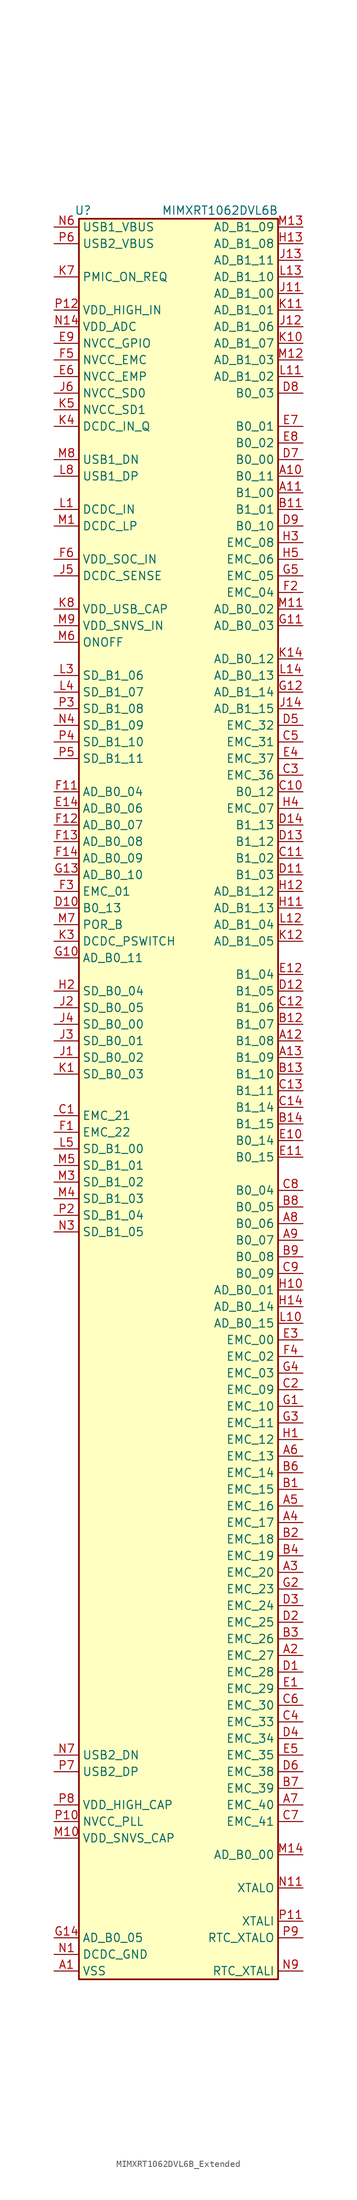
<source format=kicad_sym>
(kicad_symbol_lib
  (version 20231120)
  (generator "kicad_symbol_editor")
  (generator_version "8.0")
  (symbol "MIMXRT1062DVL6B_Extended"
    (property "Reference" "U"
      (at -14.605 135.89 0)
      (effects (font (size 1.27 1.27))))
    (property "Value" "MIMXRT1062DVL6B"
      (at 6.35 135.89 0)
      (effects (font (size 1.27 1.27))))
    (symbol "MIMXRT1062DVL6B_Extended_1_1"
      (rectangle (start -15.24 134.62) (end 15.24 -134.62) (stroke (width 0.254) (type default)) (fill (type background)))
      (pin power_in line (at -19.05 -133.35 0) (length 3.81) (name "VSS" (effects (font (size 1.27 1.27)))) (number "A1" (effects (font (size 1.27 1.27)))))
      (pin bidirectional line (at 19.05 95.25 180) (length 3.81) (name "B0_11" (effects (font (size 1.27 1.27)))) (number "A10" (effects (font (size 1.27 1.27)))))
      (pin bidirectional line (at 19.05 92.71 180) (length 3.81) (name "B1_00" (effects (font (size 1.27 1.27)))) (number "A11" (effects (font (size 1.27 1.27)))))
      (pin bidirectional line (at 19.05 8.89 180) (length 3.81) (name "B1_08" (effects (font (size 1.27 1.27)))) (number "A12" (effects (font (size 1.27 1.27)))))
      (pin bidirectional line (at 19.05 6.35 180) (length 3.81) (name "B1_09" (effects (font (size 1.27 1.27)))) (number "A13" (effects (font (size 1.27 1.27)))))
      (pin power_in line (at -19.05 -133.35 0) (length 3.81) hide (name "VSS" (effects (font (size 1.27 1.27)))) (number "A14" (effects (font (size 1.27 1.27)))))
      (pin bidirectional line (at 19.05 -85.09 180) (length 3.81) (name "EMC_27" (effects (font (size 1.27 1.27)))) (number "A2" (effects (font (size 1.27 1.27)))))
      (pin bidirectional line (at 19.05 -72.39 180) (length 3.81) (name "EMC_20" (effects (font (size 1.27 1.27)))) (number "A3" (effects (font (size 1.27 1.27)))))
      (pin bidirectional line (at 19.05 -64.77 180) (length 3.81) (name "EMC_17" (effects (font (size 1.27 1.27)))) (number "A4" (effects (font (size 1.27 1.27)))))
      (pin bidirectional line (at 19.05 -62.23 180) (length 3.81) (name "EMC_16" (effects (font (size 1.27 1.27)))) (number "A5" (effects (font (size 1.27 1.27)))))
      (pin bidirectional line (at 19.05 -54.61 180) (length 3.81) (name "EMC_13" (effects (font (size 1.27 1.27)))) (number "A6" (effects (font (size 1.27 1.27)))))
      (pin bidirectional line (at 19.05 -107.95 180) (length 3.81) (name "EMC_40" (effects (font (size 1.27 1.27)))) (number "A7" (effects (font (size 1.27 1.27)))))
      (pin bidirectional line (at 19.05 -19.05 180) (length 3.81) (name "B0_06" (effects (font (size 1.27 1.27)))) (number "A8" (effects (font (size 1.27 1.27)))))
      (pin bidirectional line (at 19.05 -21.59 180) (length 3.81) (name "B0_07" (effects (font (size 1.27 1.27)))) (number "A9" (effects (font (size 1.27 1.27)))))
      (pin bidirectional line (at 19.05 -59.69 180) (length 3.81) (name "EMC_15" (effects (font (size 1.27 1.27)))) (number "B1" (effects (font (size 1.27 1.27)))))
      (pin power_in line (at -19.05 -133.35 0) (length 3.81) hide (name "VSS" (effects (font (size 1.27 1.27)))) (number "B10" (effects (font (size 1.27 1.27)))))
      (pin bidirectional line (at 19.05 90.17 180) (length 3.81) (name "B1_01" (effects (font (size 1.27 1.27)))) (number "B11" (effects (font (size 1.27 1.27)))))
      (pin bidirectional line (at 19.05 11.43 180) (length 3.81) (name "B1_07" (effects (font (size 1.27 1.27)))) (number "B12" (effects (font (size 1.27 1.27)))))
      (pin bidirectional line (at 19.05 3.81 180) (length 3.81) (name "B1_10" (effects (font (size 1.27 1.27)))) (number "B13" (effects (font (size 1.27 1.27)))))
      (pin bidirectional line (at 19.05 -3.81 180) (length 3.81) (name "B1_15" (effects (font (size 1.27 1.27)))) (number "B14" (effects (font (size 1.27 1.27)))))
      (pin bidirectional line (at 19.05 -67.31 180) (length 3.81) (name "EMC_18" (effects (font (size 1.27 1.27)))) (number "B2" (effects (font (size 1.27 1.27)))))
      (pin bidirectional line (at 19.05 -82.55 180) (length 3.81) (name "EMC_26" (effects (font (size 1.27 1.27)))) (number "B3" (effects (font (size 1.27 1.27)))))
      (pin bidirectional line (at 19.05 -69.85 180) (length 3.81) (name "EMC_19" (effects (font (size 1.27 1.27)))) (number "B4" (effects (font (size 1.27 1.27)))))
      (pin power_in line (at -19.05 -133.35 0) (length 3.81) hide (name "VSS" (effects (font (size 1.27 1.27)))) (number "B5" (effects (font (size 1.27 1.27)))))
      (pin bidirectional line (at 19.05 -57.15 180) (length 3.81) (name "EMC_14" (effects (font (size 1.27 1.27)))) (number "B6" (effects (font (size 1.27 1.27)))))
      (pin bidirectional line (at 19.05 -105.41 180) (length 3.81) (name "EMC_39" (effects (font (size 1.27 1.27)))) (number "B7" (effects (font (size 1.27 1.27)))))
      (pin bidirectional line (at 19.05 -16.51 180) (length 3.81) (name "B0_05" (effects (font (size 1.27 1.27)))) (number "B8" (effects (font (size 1.27 1.27)))))
      (pin bidirectional line (at 19.05 -24.13 180) (length 3.81) (name "B0_08" (effects (font (size 1.27 1.27)))) (number "B9" (effects (font (size 1.27 1.27)))))
      (pin bidirectional line (at -19.05 -2.54 0) (length 3.81) (name "EMC_21" (effects (font (size 1.27 1.27)))) (number "C1" (effects (font (size 1.27 1.27)))))
      (pin bidirectional line (at 19.05 46.99 180) (length 3.81) (name "B0_12" (effects (font (size 1.27 1.27)))) (number "C10" (effects (font (size 1.27 1.27)))))
      (pin bidirectional line (at 19.05 36.83 180) (length 3.81) (name "B1_02" (effects (font (size 1.27 1.27)))) (number "C11" (effects (font (size 1.27 1.27)))))
      (pin bidirectional line (at 19.05 13.97 180) (length 3.81) (name "B1_06" (effects (font (size 1.27 1.27)))) (number "C12" (effects (font (size 1.27 1.27)))))
      (pin bidirectional line (at 19.05 1.27 180) (length 3.81) (name "B1_11" (effects (font (size 1.27 1.27)))) (number "C13" (effects (font (size 1.27 1.27)))))
      (pin bidirectional line (at 19.05 -1.27 180) (length 3.81) (name "B1_14" (effects (font (size 1.27 1.27)))) (number "C14" (effects (font (size 1.27 1.27)))))
      (pin bidirectional line (at 19.05 -44.45 180) (length 3.81) (name "EMC_09" (effects (font (size 1.27 1.27)))) (number "C2" (effects (font (size 1.27 1.27)))))
      (pin bidirectional line (at 19.05 49.53 180) (length 3.81) (name "EMC_36" (effects (font (size 1.27 1.27)))) (number "C3" (effects (font (size 1.27 1.27)))))
      (pin bidirectional line (at 19.05 -95.25 180) (length 3.81) (name "EMC_33" (effects (font (size 1.27 1.27)))) (number "C4" (effects (font (size 1.27 1.27)))))
      (pin bidirectional line (at 19.05 54.61 180) (length 3.81) (name "EMC_31" (effects (font (size 1.27 1.27)))) (number "C5" (effects (font (size 1.27 1.27)))))
      (pin bidirectional line (at 19.05 -92.71 180) (length 3.81) (name "EMC_30" (effects (font (size 1.27 1.27)))) (number "C6" (effects (font (size 1.27 1.27)))))
      (pin bidirectional line (at 19.05 -110.49 180) (length 3.81) (name "EMC_41" (effects (font (size 1.27 1.27)))) (number "C7" (effects (font (size 1.27 1.27)))))
      (pin bidirectional line (at 19.05 -13.97 180) (length 3.81) (name "B0_04" (effects (font (size 1.27 1.27)))) (number "C8" (effects (font (size 1.27 1.27)))))
      (pin bidirectional line (at 19.05 -26.67 180) (length 3.81) (name "B0_09" (effects (font (size 1.27 1.27)))) (number "C9" (effects (font (size 1.27 1.27)))))
      (pin bidirectional line (at 19.05 -87.63 180) (length 3.81) (name "EMC_28" (effects (font (size 1.27 1.27)))) (number "D1" (effects (font (size 1.27 1.27)))))
      (pin bidirectional line (at -19.05 29.21 0) (length 3.81) (name "B0_13" (effects (font (size 1.27 1.27)))) (number "D10" (effects (font (size 1.27 1.27)))))
      (pin bidirectional line (at 19.05 34.29 180) (length 3.81) (name "B1_03" (effects (font (size 1.27 1.27)))) (number "D11" (effects (font (size 1.27 1.27)))))
      (pin bidirectional line (at 19.05 16.51 180) (length 3.81) (name "B1_05" (effects (font (size 1.27 1.27)))) (number "D12" (effects (font (size 1.27 1.27)))))
      (pin bidirectional line (at 19.05 39.37 180) (length 3.81) (name "B1_12" (effects (font (size 1.27 1.27)))) (number "D13" (effects (font (size 1.27 1.27)))))
      (pin bidirectional line (at 19.05 41.91 180) (length 3.81) (name "B1_13" (effects (font (size 1.27 1.27)))) (number "D14" (effects (font (size 1.27 1.27)))))
      (pin bidirectional line (at 19.05 -80.01 180) (length 3.81) (name "EMC_25" (effects (font (size 1.27 1.27)))) (number "D2" (effects (font (size 1.27 1.27)))))
      (pin bidirectional line (at 19.05 -77.47 180) (length 3.81) (name "EMC_24" (effects (font (size 1.27 1.27)))) (number "D3" (effects (font (size 1.27 1.27)))))
      (pin bidirectional line (at 19.05 -97.79 180) (length 3.81) (name "EMC_34" (effects (font (size 1.27 1.27)))) (number "D4" (effects (font (size 1.27 1.27)))))
      (pin bidirectional line (at 19.05 57.15 180) (length 3.81) (name "EMC_32" (effects (font (size 1.27 1.27)))) (number "D5" (effects (font (size 1.27 1.27)))))
      (pin bidirectional line (at 19.05 -102.87 180) (length 3.81) (name "EMC_38" (effects (font (size 1.27 1.27)))) (number "D6" (effects (font (size 1.27 1.27)))))
      (pin bidirectional line (at 19.05 97.79 180) (length 3.81) (name "B0_00" (effects (font (size 1.27 1.27)))) (number "D7" (effects (font (size 1.27 1.27)))))
      (pin bidirectional line (at 19.05 107.95 180) (length 3.81) (name "B0_03" (effects (font (size 1.27 1.27)))) (number "D8" (effects (font (size 1.27 1.27)))))
      (pin bidirectional line (at 19.05 87.63 180) (length 3.81) (name "B0_10" (effects (font (size 1.27 1.27)))) (number "D9" (effects (font (size 1.27 1.27)))))
      (pin bidirectional line (at 19.05 -90.17 180) (length 3.81) (name "EMC_29" (effects (font (size 1.27 1.27)))) (number "E1" (effects (font (size 1.27 1.27)))))
      (pin bidirectional line (at 19.05 -6.35 180) (length 3.81) (name "B0_14" (effects (font (size 1.27 1.27)))) (number "E10" (effects (font (size 1.27 1.27)))))
      (pin bidirectional line (at 19.05 -8.89 180) (length 3.81) (name "B0_15" (effects (font (size 1.27 1.27)))) (number "E11" (effects (font (size 1.27 1.27)))))
      (pin bidirectional line (at 19.05 19.05 180) (length 3.81) (name "B1_04" (effects (font (size 1.27 1.27)))) (number "E12" (effects (font (size 1.27 1.27)))))
      (pin power_in line (at -19.05 -133.35 0) (length 3.81) hide (name "VSS" (effects (font (size 1.27 1.27)))) (number "E13" (effects (font (size 1.27 1.27)))))
      (pin bidirectional line (at -19.05 44.45 0) (length 3.81) (name "AD_B0_06" (effects (font (size 1.27 1.27)))) (number "E14" (effects (font (size 1.27 1.27)))))
      (pin power_in line (at -19.05 -133.35 0) (length 3.81) hide (name "VSS" (effects (font (size 1.27 1.27)))) (number "E2" (effects (font (size 1.27 1.27)))))
      (pin bidirectional line (at 19.05 -36.83 180) (length 3.81) (name "EMC_00" (effects (font (size 1.27 1.27)))) (number "E3" (effects (font (size 1.27 1.27)))))
      (pin bidirectional line (at 19.05 52.07 180) (length 3.81) (name "EMC_37" (effects (font (size 1.27 1.27)))) (number "E4" (effects (font (size 1.27 1.27)))))
      (pin bidirectional line (at 19.05 -100.33 180) (length 3.81) (name "EMC_35" (effects (font (size 1.27 1.27)))) (number "E5" (effects (font (size 1.27 1.27)))))
      (pin power_in line (at -19.05 110.49 0) (length 3.81) (name "NVCC_EMP" (effects (font (size 1.27 1.27)))) (number "E6" (effects (font (size 1.27 1.27)))))
      (pin bidirectional line (at 19.05 102.87 180) (length 3.81) (name "B0_01" (effects (font (size 1.27 1.27)))) (number "E7" (effects (font (size 1.27 1.27)))))
      (pin bidirectional line (at 19.05 100.33 180) (length 3.81) (name "B0_02" (effects (font (size 1.27 1.27)))) (number "E8" (effects (font (size 1.27 1.27)))))
      (pin power_in line (at -19.05 115.57 0) (length 3.81) (name "NVCC_GPIO" (effects (font (size 1.27 1.27)))) (number "E9" (effects (font (size 1.27 1.27)))))
      (pin bidirectional line (at -19.05 -5.08 0) (length 3.81) (name "EMC_22" (effects (font (size 1.27 1.27)))) (number "F1" (effects (font (size 1.27 1.27)))))
      (pin power_in line (at -19.05 115.57 0) (length 3.81) hide (name "NVCC_GPIO" (effects (font (size 1.27 1.27)))) (number "F10" (effects (font (size 1.27 1.27)))))
      (pin bidirectional line (at -19.05 46.99 0) (length 3.81) (name "AD_B0_04" (effects (font (size 1.27 1.27)))) (number "F11" (effects (font (size 1.27 1.27)))))
      (pin bidirectional line (at -19.05 41.91 0) (length 3.81) (name "AD_B0_07" (effects (font (size 1.27 1.27)))) (number "F12" (effects (font (size 1.27 1.27)))))
      (pin bidirectional line (at -19.05 39.37 0) (length 3.81) (name "AD_B0_08" (effects (font (size 1.27 1.27)))) (number "F13" (effects (font (size 1.27 1.27)))))
      (pin bidirectional line (at -19.05 36.83 0) (length 3.81) (name "AD_B0_09" (effects (font (size 1.27 1.27)))) (number "F14" (effects (font (size 1.27 1.27)))))
      (pin bidirectional line (at 19.05 77.47 180) (length 3.81) (name "EMC_04" (effects (font (size 1.27 1.27)))) (number "F2" (effects (font (size 1.27 1.27)))))
      (pin bidirectional line (at -19.05 31.75 0) (length 3.81) (name "EMC_01" (effects (font (size 1.27 1.27)))) (number "F3" (effects (font (size 1.27 1.27)))))
      (pin bidirectional line (at 19.05 -39.37 180) (length 3.81) (name "EMC_02" (effects (font (size 1.27 1.27)))) (number "F4" (effects (font (size 1.27 1.27)))))
      (pin power_in line (at -19.05 113.03 0) (length 3.81) (name "NVCC_EMC" (effects (font (size 1.27 1.27)))) (number "F5" (effects (font (size 1.27 1.27)))))
      (pin power_in line (at -19.05 82.55 0) (length 3.81) (name "VDD_SOC_IN" (effects (font (size 1.27 1.27)))) (number "F6" (effects (font (size 1.27 1.27)))))
      (pin power_in line (at -19.05 82.55 0) (length 3.81) hide (name "VDD_SOC_IN" (effects (font (size 1.27 1.27)))) (number "F7" (effects (font (size 1.27 1.27)))))
      (pin power_in line (at -19.05 82.55 0) (length 3.81) hide (name "VDD_SOC_IN" (effects (font (size 1.27 1.27)))) (number "F8" (effects (font (size 1.27 1.27)))))
      (pin power_in line (at -19.05 82.55 0) (length 3.81) hide (name "VDD_SOC_IN" (effects (font (size 1.27 1.27)))) (number "F9" (effects (font (size 1.27 1.27)))))
      (pin bidirectional line (at 19.05 -46.99 180) (length 3.81) (name "EMC_10" (effects (font (size 1.27 1.27)))) (number "G1" (effects (font (size 1.27 1.27)))))
      (pin bidirectional line (at -19.05 21.59 0) (length 3.81) (name "AD_B0_11" (effects (font (size 1.27 1.27)))) (number "G10" (effects (font (size 1.27 1.27)))))
      (pin bidirectional line (at 19.05 72.39 180) (length 3.81) (name "AD_B0_03" (effects (font (size 1.27 1.27)))) (number "G11" (effects (font (size 1.27 1.27)))))
      (pin bidirectional line (at 19.05 62.23 180) (length 3.81) (name "AD_B1_14" (effects (font (size 1.27 1.27)))) (number "G12" (effects (font (size 1.27 1.27)))))
      (pin bidirectional line (at -19.05 34.29 0) (length 3.81) (name "AD_B0_10" (effects (font (size 1.27 1.27)))) (number "G13" (effects (font (size 1.27 1.27)))))
      (pin power_in line (at -19.05 -128.27 0) (length 3.81) (name "AD_B0_05" (effects (font (size 1.27 1.27)))) (number "G14" (effects (font (size 1.27 1.27)))))
      (pin bidirectional line (at 19.05 -74.93 180) (length 3.81) (name "EMC_23" (effects (font (size 1.27 1.27)))) (number "G2" (effects (font (size 1.27 1.27)))))
      (pin bidirectional line (at 19.05 -49.53 180) (length 3.81) (name "EMC_11" (effects (font (size 1.27 1.27)))) (number "G3" (effects (font (size 1.27 1.27)))))
      (pin bidirectional line (at 19.05 -41.91 180) (length 3.81) (name "EMC_03" (effects (font (size 1.27 1.27)))) (number "G4" (effects (font (size 1.27 1.27)))))
      (pin bidirectional line (at 19.05 80.01 180) (length 3.81) (name "EMC_05" (effects (font (size 1.27 1.27)))) (number "G5" (effects (font (size 1.27 1.27)))))
      (pin power_in line (at -19.05 82.55 0) (length 3.81) hide (name "VDD_SOC_IN" (effects (font (size 1.27 1.27)))) (number "G6" (effects (font (size 1.27 1.27)))))
      (pin power_in line (at -19.05 -133.35 0) (length 3.81) hide (name "VSS" (effects (font (size 1.27 1.27)))) (number "G7" (effects (font (size 1.27 1.27)))))
      (pin power_in line (at -19.05 -133.35 0) (length 3.81) hide (name "VSS" (effects (font (size 1.27 1.27)))) (number "G8" (effects (font (size 1.27 1.27)))))
      (pin power_in line (at -19.05 82.55 0) (length 3.81) hide (name "VDD_SOC_IN" (effects (font (size 1.27 1.27)))) (number "G9" (effects (font (size 1.27 1.27)))))
      (pin bidirectional line (at 19.05 -52.07 180) (length 3.81) (name "EMC_12" (effects (font (size 1.27 1.27)))) (number "H1" (effects (font (size 1.27 1.27)))))
      (pin bidirectional line (at 19.05 -29.21 180) (length 3.81) (name "AD_B0_01" (effects (font (size 1.27 1.27)))) (number "H10" (effects (font (size 1.27 1.27)))))
      (pin bidirectional line (at 19.05 29.21 180) (length 3.81) (name "AD_B1_13" (effects (font (size 1.27 1.27)))) (number "H11" (effects (font (size 1.27 1.27)))))
      (pin bidirectional line (at 19.05 31.75 180) (length 3.81) (name "AD_B1_12" (effects (font (size 1.27 1.27)))) (number "H12" (effects (font (size 1.27 1.27)))))
      (pin bidirectional line (at 19.05 130.81 180) (length 3.81) (name "AD_B1_08" (effects (font (size 1.27 1.27)))) (number "H13" (effects (font (size 1.27 1.27)))))
      (pin bidirectional line (at 19.05 -31.75 180) (length 3.81) (name "AD_B0_14" (effects (font (size 1.27 1.27)))) (number "H14" (effects (font (size 1.27 1.27)))))
      (pin bidirectional line (at -19.05 16.51 0) (length 3.81) (name "SD_B0_04" (effects (font (size 1.27 1.27)))) (number "H2" (effects (font (size 1.27 1.27)))))
      (pin bidirectional line (at 19.05 85.09 180) (length 3.81) (name "EMC_08" (effects (font (size 1.27 1.27)))) (number "H3" (effects (font (size 1.27 1.27)))))
      (pin bidirectional line (at 19.05 44.45 180) (length 3.81) (name "EMC_07" (effects (font (size 1.27 1.27)))) (number "H4" (effects (font (size 1.27 1.27)))))
      (pin bidirectional line (at 19.05 82.55 180) (length 3.81) (name "EMC_06" (effects (font (size 1.27 1.27)))) (number "H5" (effects (font (size 1.27 1.27)))))
      (pin power_in line (at -19.05 82.55 0) (length 3.81) hide (name "VDD_SOC_IN" (effects (font (size 1.27 1.27)))) (number "H6" (effects (font (size 1.27 1.27)))))
      (pin power_in line (at -19.05 -133.35 0) (length 3.81) hide (name "VSS" (effects (font (size 1.27 1.27)))) (number "H7" (effects (font (size 1.27 1.27)))))
      (pin power_in line (at -19.05 -133.35 0) (length 3.81) hide (name "VSS" (effects (font (size 1.27 1.27)))) (number "H8" (effects (font (size 1.27 1.27)))))
      (pin power_in line (at -19.05 82.55 0) (length 3.81) hide (name "VDD_SOC_IN" (effects (font (size 1.27 1.27)))) (number "H9" (effects (font (size 1.27 1.27)))))
      (pin bidirectional line (at -19.05 6.35 0) (length 3.81) (name "SD_B0_02" (effects (font (size 1.27 1.27)))) (number "J1" (effects (font (size 1.27 1.27)))))
      (pin power_in line (at -19.05 115.57 0) (length 3.81) hide (name "NVCC_GPIO" (effects (font (size 1.27 1.27)))) (number "J10" (effects (font (size 1.27 1.27)))))
      (pin bidirectional line (at 19.05 123.19 180) (length 3.81) (name "AD_B1_00" (effects (font (size 1.27 1.27)))) (number "J11" (effects (font (size 1.27 1.27)))))
      (pin bidirectional line (at 19.05 118.11 180) (length 3.81) (name "AD_B1_06" (effects (font (size 1.27 1.27)))) (number "J12" (effects (font (size 1.27 1.27)))))
      (pin bidirectional line (at 19.05 128.27 180) (length 3.81) (name "AD_B1_11" (effects (font (size 1.27 1.27)))) (number "J13" (effects (font (size 1.27 1.27)))))
      (pin bidirectional line (at 19.05 59.69 180) (length 3.81) (name "AD_B1_15" (effects (font (size 1.27 1.27)))) (number "J14" (effects (font (size 1.27 1.27)))))
      (pin bidirectional line (at -19.05 13.97 0) (length 3.81) (name "SD_B0_05" (effects (font (size 1.27 1.27)))) (number "J2" (effects (font (size 1.27 1.27)))))
      (pin bidirectional line (at -19.05 8.89 0) (length 3.81) (name "SD_B0_01" (effects (font (size 1.27 1.27)))) (number "J3" (effects (font (size 1.27 1.27)))))
      (pin bidirectional line (at -19.05 11.43 0) (length 3.81) (name "SD_B0_00" (effects (font (size 1.27 1.27)))) (number "J4" (effects (font (size 1.27 1.27)))))
      (pin power_in line (at -19.05 80.01 0) (length 3.81) (name "DCDC_SENSE" (effects (font (size 1.27 1.27)))) (number "J5" (effects (font (size 1.27 1.27)))))
      (pin power_in line (at -19.05 107.95 0) (length 3.81) (name "NVCC_SD0" (effects (font (size 1.27 1.27)))) (number "J6" (effects (font (size 1.27 1.27)))))
      (pin power_in line (at -19.05 -133.35 0) (length 3.81) hide (name "VSS" (effects (font (size 1.27 1.27)))) (number "J7" (effects (font (size 1.27 1.27)))))
      (pin power_in line (at -19.05 -133.35 0) (length 3.81) hide (name "VSS" (effects (font (size 1.27 1.27)))) (number "J8" (effects (font (size 1.27 1.27)))))
      (pin power_in line (at -19.05 82.55 0) (length 3.81) hide (name "VDD_SOC_IN" (effects (font (size 1.27 1.27)))) (number "J9" (effects (font (size 1.27 1.27)))))
      (pin bidirectional line (at -19.05 3.81 0) (length 3.81) (name "SD_B0_03" (effects (font (size 1.27 1.27)))) (number "K1" (effects (font (size 1.27 1.27)))))
      (pin bidirectional line (at 19.05 115.57 180) (length 3.81) (name "AD_B1_07" (effects (font (size 1.27 1.27)))) (number "K10" (effects (font (size 1.27 1.27)))))
      (pin bidirectional line (at 19.05 120.65 180) (length 3.81) (name "AD_B1_01" (effects (font (size 1.27 1.27)))) (number "K11" (effects (font (size 1.27 1.27)))))
      (pin bidirectional line (at 19.05 24.13 180) (length 3.81) (name "AD_B1_05" (effects (font (size 1.27 1.27)))) (number "K12" (effects (font (size 1.27 1.27)))))
      (pin power_in line (at -19.05 -133.35 0) (length 3.81) hide (name "VSS" (effects (font (size 1.27 1.27)))) (number "K13" (effects (font (size 1.27 1.27)))))
      (pin bidirectional line (at 19.05 67.31 180) (length 3.81) (name "AD_B0_12" (effects (font (size 1.27 1.27)))) (number "K14" (effects (font (size 1.27 1.27)))))
      (pin power_in line (at -19.05 -133.35 0) (length 3.81) hide (name "VSS" (effects (font (size 1.27 1.27)))) (number "K2" (effects (font (size 1.27 1.27)))))
      (pin power_in line (at -19.05 24.13 0) (length 3.81) (name "DCDC_PSWITCH" (effects (font (size 1.27 1.27)))) (number "K3" (effects (font (size 1.27 1.27)))))
      (pin power_in line (at -19.05 102.87 0) (length 3.81) (name "DCDC_IN_Q" (effects (font (size 1.27 1.27)))) (number "K4" (effects (font (size 1.27 1.27)))))
      (pin power_in line (at -19.05 105.41 0) (length 3.81) (name "NVCC_SD1" (effects (font (size 1.27 1.27)))) (number "K5" (effects (font (size 1.27 1.27)))))
      (pin power_in line (at -19.05 -133.35 0) (length 3.81) hide (name "VSS" (effects (font (size 1.27 1.27)))) (number "K6" (effects (font (size 1.27 1.27)))))
      (pin output line (at -19.05 125.73 0) (length 3.81) (name "PMIC_ON_REQ" (effects (font (size 1.27 1.27)))) (number "K7" (effects (font (size 1.27 1.27)))))
      (pin power_in line (at -19.05 74.93 0) (length 3.81) (name "VDD_USB_CAP" (effects (font (size 1.27 1.27)))) (number "K8" (effects (font (size 1.27 1.27)))))
      (pin power_in line (at -19.05 -133.35 0) (length 3.81) hide (name "VSS" (effects (font (size 1.27 1.27)))) (number "K9" (effects (font (size 1.27 1.27)))))
      (pin power_in line (at -19.05 90.17 0) (length 3.81) (name "DCDC_IN" (effects (font (size 1.27 1.27)))) (number "L1" (effects (font (size 1.27 1.27)))))
      (pin bidirectional line (at 19.05 -34.29 180) (length 3.81) (name "AD_B0_15" (effects (font (size 1.27 1.27)))) (number "L10" (effects (font (size 1.27 1.27)))))
      (pin bidirectional line (at 19.05 110.49 180) (length 3.81) (name "AD_B1_02" (effects (font (size 1.27 1.27)))) (number "L11" (effects (font (size 1.27 1.27)))))
      (pin bidirectional line (at 19.05 26.67 180) (length 3.81) (name "AD_B1_04" (effects (font (size 1.27 1.27)))) (number "L12" (effects (font (size 1.27 1.27)))))
      (pin bidirectional line (at 19.05 125.73 180) (length 3.81) (name "AD_B1_10" (effects (font (size 1.27 1.27)))) (number "L13" (effects (font (size 1.27 1.27)))))
      (pin bidirectional line (at 19.05 64.77 180) (length 3.81) (name "AD_B0_13" (effects (font (size 1.27 1.27)))) (number "L14" (effects (font (size 1.27 1.27)))))
      (pin power_in line (at -19.05 90.17 0) (length 3.81) hide (name "DCDC_IN" (effects (font (size 1.27 1.27)))) (number "L2" (effects (font (size 1.27 1.27)))))
      (pin bidirectional line (at -19.05 64.77 0) (length 3.81) (name "SD_B1_06" (effects (font (size 1.27 1.27)))) (number "L3" (effects (font (size 1.27 1.27)))))
      (pin bidirectional line (at -19.05 62.23 0) (length 3.81) (name "SD_B1_07" (effects (font (size 1.27 1.27)))) (number "L4" (effects (font (size 1.27 1.27)))))
      (pin bidirectional line (at -19.05 -7.62 0) (length 3.81) (name "SD_B1_00" (effects (font (size 1.27 1.27)))) (number "L5" (effects (font (size 1.27 1.27)))))
      (pin bidirectional line (at -19.05 95.25 0) (length 3.81) (name "USB1_DP" (effects (font (size 1.27 1.27)))) (number "L8" (effects (font (size 1.27 1.27)))))
      (pin power_in line (at -19.05 -133.35 0) (length 3.81) hide (name "VSS" (effects (font (size 1.27 1.27)))) (number "L9" (effects (font (size 1.27 1.27)))))
      (pin power_in line (at -19.05 87.63 0) (length 3.81) (name "DCDC_LP" (effects (font (size 1.27 1.27)))) (number "M1" (effects (font (size 1.27 1.27)))))
      (pin power_in line (at -19.05 -113.03 0) (length 3.81) (name "VDD_SNVS_CAP" (effects (font (size 1.27 1.27)))) (number "M10" (effects (font (size 1.27 1.27)))))
      (pin bidirectional line (at 19.05 74.93 180) (length 3.81) (name "AD_B0_02" (effects (font (size 1.27 1.27)))) (number "M11" (effects (font (size 1.27 1.27)))))
      (pin bidirectional line (at 19.05 113.03 180) (length 3.81) (name "AD_B1_03" (effects (font (size 1.27 1.27)))) (number "M12" (effects (font (size 1.27 1.27)))))
      (pin bidirectional line (at 19.05 133.35 180) (length 3.81) (name "AD_B1_09" (effects (font (size 1.27 1.27)))) (number "M13" (effects (font (size 1.27 1.27)))))
      (pin bidirectional line (at 19.05 -115.57 180) (length 3.81) (name "AD_B0_00" (effects (font (size 1.27 1.27)))) (number "M14" (effects (font (size 1.27 1.27)))))
      (pin power_in line (at -19.05 87.63 0) (length 3.81) hide (name "DCDC_LP" (effects (font (size 1.27 1.27)))) (number "M2" (effects (font (size 1.27 1.27)))))
      (pin bidirectional line (at -19.05 -12.7 0) (length 3.81) (name "SD_B1_02" (effects (font (size 1.27 1.27)))) (number "M3" (effects (font (size 1.27 1.27)))))
      (pin bidirectional line (at -19.05 -15.24 0) (length 3.81) (name "SD_B1_03" (effects (font (size 1.27 1.27)))) (number "M4" (effects (font (size 1.27 1.27)))))
      (pin bidirectional line (at -19.05 -10.16 0) (length 3.81) (name "SD_B1_01" (effects (font (size 1.27 1.27)))) (number "M5" (effects (font (size 1.27 1.27)))))
      (pin bidirectional line (at -19.05 69.85 0) (length 3.81) (name "ONOFF" (effects (font (size 1.27 1.27)))) (number "M6" (effects (font (size 1.27 1.27)))))
      (pin bidirectional line (at -19.05 26.67 0) (length 3.81) (name "POR_B" (effects (font (size 1.27 1.27)))) (number "M7" (effects (font (size 1.27 1.27)))))
      (pin bidirectional line (at -19.05 97.79 0) (length 3.81) (name "USB1_DN" (effects (font (size 1.27 1.27)))) (number "M8" (effects (font (size 1.27 1.27)))))
      (pin power_in line (at -19.05 72.39 0) (length 3.81) (name "VDD_SNVS_IN" (effects (font (size 1.27 1.27)))) (number "M9" (effects (font (size 1.27 1.27)))))
      (pin power_in line (at -19.05 -130.81 0) (length 3.81) (name "DCDC_GND" (effects (font (size 1.27 1.27)))) (number "N1" (effects (font (size 1.27 1.27)))))
      (pin bidirectional line (at 19.05 -120.65 180) (length 3.81) (name "XTALO" (effects (font (size 1.27 1.27)))) (number "N11" (effects (font (size 1.27 1.27)))))
      (pin power_in line (at -19.05 118.11 0) (length 3.81) (name "VDD_ADC" (effects (font (size 1.27 1.27)))) (number "N14" (effects (font (size 1.27 1.27)))))
      (pin power_in line (at -19.05 -130.81 0) (length 3.81) hide (name "DCDC_GND" (effects (font (size 1.27 1.27)))) (number "N2" (effects (font (size 1.27 1.27)))))
      (pin bidirectional line (at -19.05 -20.32 0) (length 3.81) (name "SD_B1_05" (effects (font (size 1.27 1.27)))) (number "N3" (effects (font (size 1.27 1.27)))))
      (pin bidirectional line (at -19.05 57.15 0) (length 3.81) (name "SD_B1_09" (effects (font (size 1.27 1.27)))) (number "N4" (effects (font (size 1.27 1.27)))))
      (pin power_in line (at -19.05 -133.35 0) (length 3.81) hide (name "VSS" (effects (font (size 1.27 1.27)))) (number "N5" (effects (font (size 1.27 1.27)))))
      (pin power_in line (at -19.05 133.35 0) (length 3.81) (name "USB1_VBUS" (effects (font (size 1.27 1.27)))) (number "N6" (effects (font (size 1.27 1.27)))))
      (pin bidirectional line (at -19.05 -100.33 0) (length 3.81) (name "USB2_DN" (effects (font (size 1.27 1.27)))) (number "N7" (effects (font (size 1.27 1.27)))))
      (pin power_in line (at -19.05 -133.35 0) (length 3.81) hide (name "VSS" (effects (font (size 1.27 1.27)))) (number "N8" (effects (font (size 1.27 1.27)))))
      (pin bidirectional line (at 19.05 -133.35 180) (length 3.81) (name "RTC_XTALI" (effects (font (size 1.27 1.27)))) (number "N9" (effects (font (size 1.27 1.27)))))
      (pin power_in line (at -19.05 -133.35 0) (length 3.81) hide (name "VSS" (effects (font (size 1.27 1.27)))) (number "P1" (effects (font (size 1.27 1.27)))))
      (pin power_in line (at -19.05 -110.49 0) (length 3.81) (name "NVCC_PLL" (effects (font (size 1.27 1.27)))) (number "P10" (effects (font (size 1.27 1.27)))))
      (pin bidirectional line (at 19.05 -125.73 180) (length 3.81) (name "XTALI" (effects (font (size 1.27 1.27)))) (number "P11" (effects (font (size 1.27 1.27)))))
      (pin power_in line (at -19.05 120.65 0) (length 3.81) (name "VDD_HIGH_IN" (effects (font (size 1.27 1.27)))) (number "P12" (effects (font (size 1.27 1.27)))))
      (pin power_in line (at -19.05 -133.35 0) (length 3.81) hide (name "VSS" (effects (font (size 1.27 1.27)))) (number "P14" (effects (font (size 1.27 1.27)))))
      (pin bidirectional line (at -19.05 -17.78 0) (length 3.81) (name "SD_B1_04" (effects (font (size 1.27 1.27)))) (number "P2" (effects (font (size 1.27 1.27)))))
      (pin bidirectional line (at -19.05 59.69 0) (length 3.81) (name "SD_B1_08" (effects (font (size 1.27 1.27)))) (number "P3" (effects (font (size 1.27 1.27)))))
      (pin bidirectional line (at -19.05 54.61 0) (length 3.81) (name "SD_B1_10" (effects (font (size 1.27 1.27)))) (number "P4" (effects (font (size 1.27 1.27)))))
      (pin bidirectional line (at -19.05 52.07 0) (length 3.81) (name "SD_B1_11" (effects (font (size 1.27 1.27)))) (number "P5" (effects (font (size 1.27 1.27)))))
      (pin power_in line (at -19.05 130.81 0) (length 3.81) (name "USB2_VBUS" (effects (font (size 1.27 1.27)))) (number "P6" (effects (font (size 1.27 1.27)))))
      (pin bidirectional line (at -19.05 -102.87 0) (length 3.81) (name "USB2_DP" (effects (font (size 1.27 1.27)))) (number "P7" (effects (font (size 1.27 1.27)))))
      (pin power_in line (at -19.05 -107.95 0) (length 3.81) (name "VDD_HIGH_CAP" (effects (font (size 1.27 1.27)))) (number "P8" (effects (font (size 1.27 1.27)))))
      (pin bidirectional line (at 19.05 -128.27 180) (length 3.81) (name "RTC_XTALO" (effects (font (size 1.27 1.27)))) (number "P9" (effects (font (size 1.27 1.27))))))))
</source>
